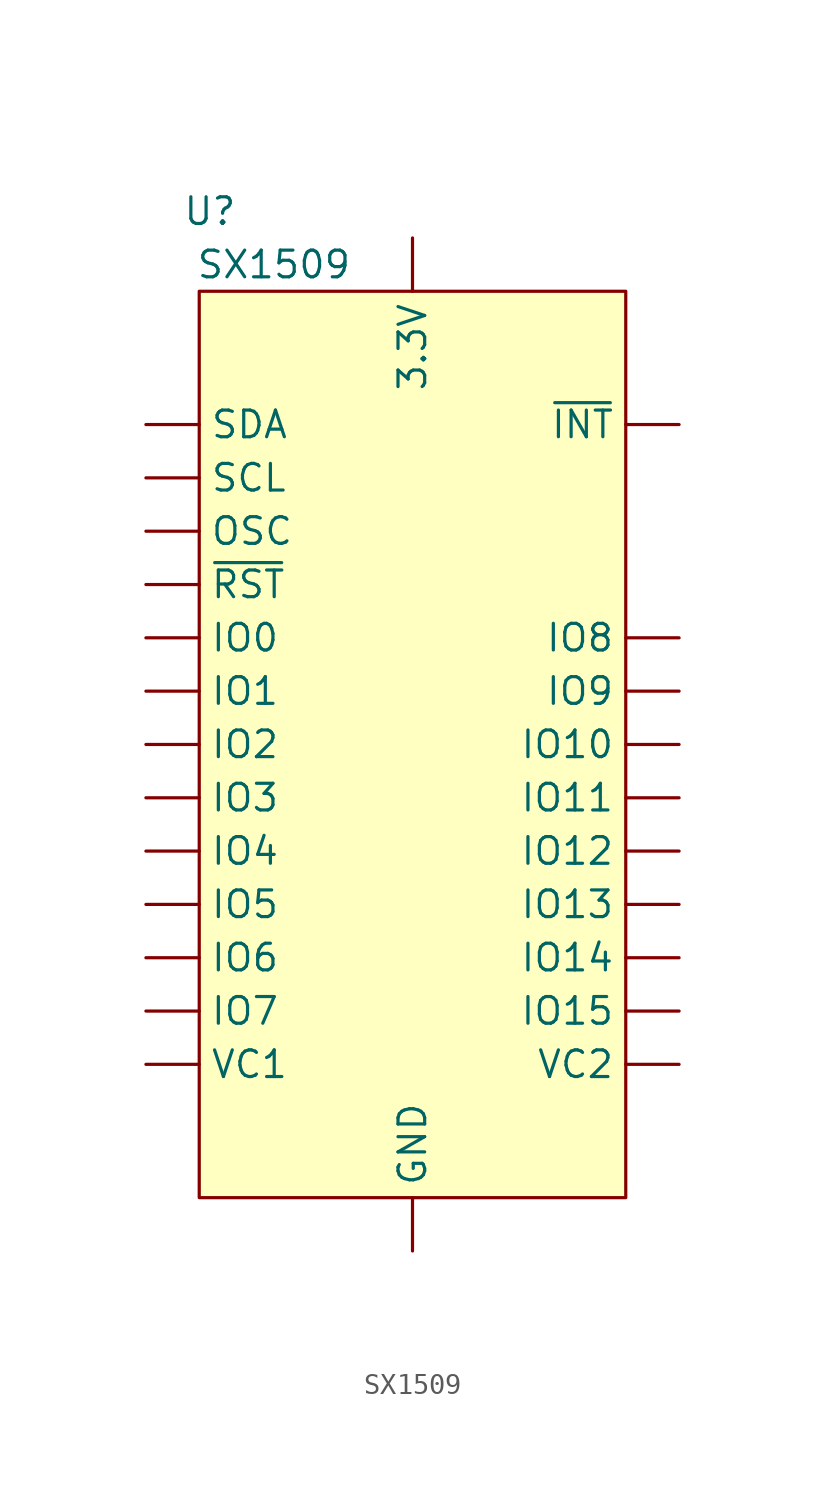
<source format=kicad_sym>
(kicad_symbol_lib
  (version 20241209)
  (generator "kicad_symbol_editor")
  (generator_version "9.0")
  (symbol "SX1509"
    (property "Reference" "U"
      (at -9.652 25.4 0)
      (effects (font (size 1.27 1.27))))
    (property "Value" "SX1509"
      (at -6.604 22.86 0)
      (effects (font (size 1.27 1.27))))
    (symbol "SX1509_1_1"
      (rectangle (start -10.16 21.59) (end 10.16 -21.59) (stroke (width 0) (type solid)) (fill (type background)))
      (pin bidirectional line (at -12.7 15.24 0) (length 2.54) (name "SDA" (effects (font (size 1.27 1.27)))) (number "" (effects (font (size 1.27 1.27)))))
      (pin bidirectional line (at -12.7 12.7 0) (length 2.54) (name "SCL" (effects (font (size 1.27 1.27)))) (number "" (effects (font (size 1.27 1.27)))))
      (pin bidirectional line (at -12.7 10.16 0) (length 2.54) (name "OSC" (effects (font (size 1.27 1.27)))) (number "" (effects (font (size 1.27 1.27)))))
      (pin input line (at -12.7 7.62 0) (length 2.54) (name "~{RST}" (effects (font (size 1.27 1.27)))) (number "" (effects (font (size 1.27 1.27)))))
      (pin bidirectional line (at -12.7 5.08 0) (length 2.54) (name "IO0" (effects (font (size 1.27 1.27)))) (number "" (effects (font (size 1.27 1.27)))))
      (pin bidirectional line (at -12.7 2.54 0) (length 2.54) (name "IO1" (effects (font (size 1.27 1.27)))) (number "" (effects (font (size 1.27 1.27)))))
      (pin bidirectional line (at -12.7 0 0) (length 2.54) (name "IO2" (effects (font (size 1.27 1.27)))) (number "" (effects (font (size 1.27 1.27)))))
      (pin bidirectional line (at -12.7 -2.54 0) (length 2.54) (name "IO3" (effects (font (size 1.27 1.27)))) (number "" (effects (font (size 1.27 1.27)))))
      (pin bidirectional line (at -12.7 -5.08 0) (length 2.54) (name "IO4" (effects (font (size 1.27 1.27)))) (number "" (effects (font (size 1.27 1.27)))))
      (pin bidirectional line (at -12.7 -7.62 0) (length 2.54) (name "IO5" (effects (font (size 1.27 1.27)))) (number "" (effects (font (size 1.27 1.27)))))
      (pin bidirectional line (at -12.7 -10.16 0) (length 2.54) (name "IO6" (effects (font (size 1.27 1.27)))) (number "" (effects (font (size 1.27 1.27)))))
      (pin bidirectional line (at -12.7 -12.7 0) (length 2.54) (name "IO7" (effects (font (size 1.27 1.27)))) (number "" (effects (font (size 1.27 1.27)))))
      (pin power_in line (at -12.7 -15.24 0) (length 2.54) (name "VC1" (effects (font (size 1.27 1.27)))) (number "" (effects (font (size 1.27 1.27)))))
      (pin power_in line (at 0 24.13 270) (length 2.54) (name "3.3V" (effects (font (size 1.27 1.27)))) (number "" (effects (font (size 1.27 1.27)))))
      (pin power_in line (at 0 -24.13 90) (length 2.54) (name "GND" (effects (font (size 1.27 1.27)))) (number "" (effects (font (size 1.27 1.27)))))
      (pin output line (at 12.7 15.24 180) (length 2.54) (name "~{INT}" (effects (font (size 1.27 1.27)))) (number "" (effects (font (size 1.27 1.27)))))
      (pin bidirectional line (at 12.7 5.08 180) (length 2.54) (name "IO8" (effects (font (size 1.27 1.27)))) (number "" (effects (font (size 1.27 1.27)))))
      (pin bidirectional line (at 12.7 2.54 180) (length 2.54) (name "IO9" (effects (font (size 1.27 1.27)))) (number "" (effects (font (size 1.27 1.27)))))
      (pin bidirectional line (at 12.7 0 180) (length 2.54) (name "IO10" (effects (font (size 1.27 1.27)))) (number "" (effects (font (size 1.27 1.27)))))
      (pin bidirectional line (at 12.7 -2.54 180) (length 2.54) (name "IO11" (effects (font (size 1.27 1.27)))) (number "" (effects (font (size 1.27 1.27)))))
      (pin bidirectional line (at 12.7 -5.08 180) (length 2.54) (name "IO12" (effects (font (size 1.27 1.27)))) (number "" (effects (font (size 1.27 1.27)))))
      (pin bidirectional line (at 12.7 -7.62 180) (length 2.54) (name "IO13" (effects (font (size 1.27 1.27)))) (number "" (effects (font (size 1.27 1.27)))))
      (pin bidirectional line (at 12.7 -10.16 180) (length 2.54) (name "IO14" (effects (font (size 1.27 1.27)))) (number "" (effects (font (size 1.27 1.27)))))
      (pin bidirectional line (at 12.7 -12.7 180) (length 2.54) (name "IO15" (effects (font (size 1.27 1.27)))) (number "" (effects (font (size 1.27 1.27)))))
      (pin power_in line (at 12.7 -15.24 180) (length 2.54) (name "VC2" (effects (font (size 1.27 1.27)))) (number "" (effects (font (size 1.27 1.27))))))))
</source>
